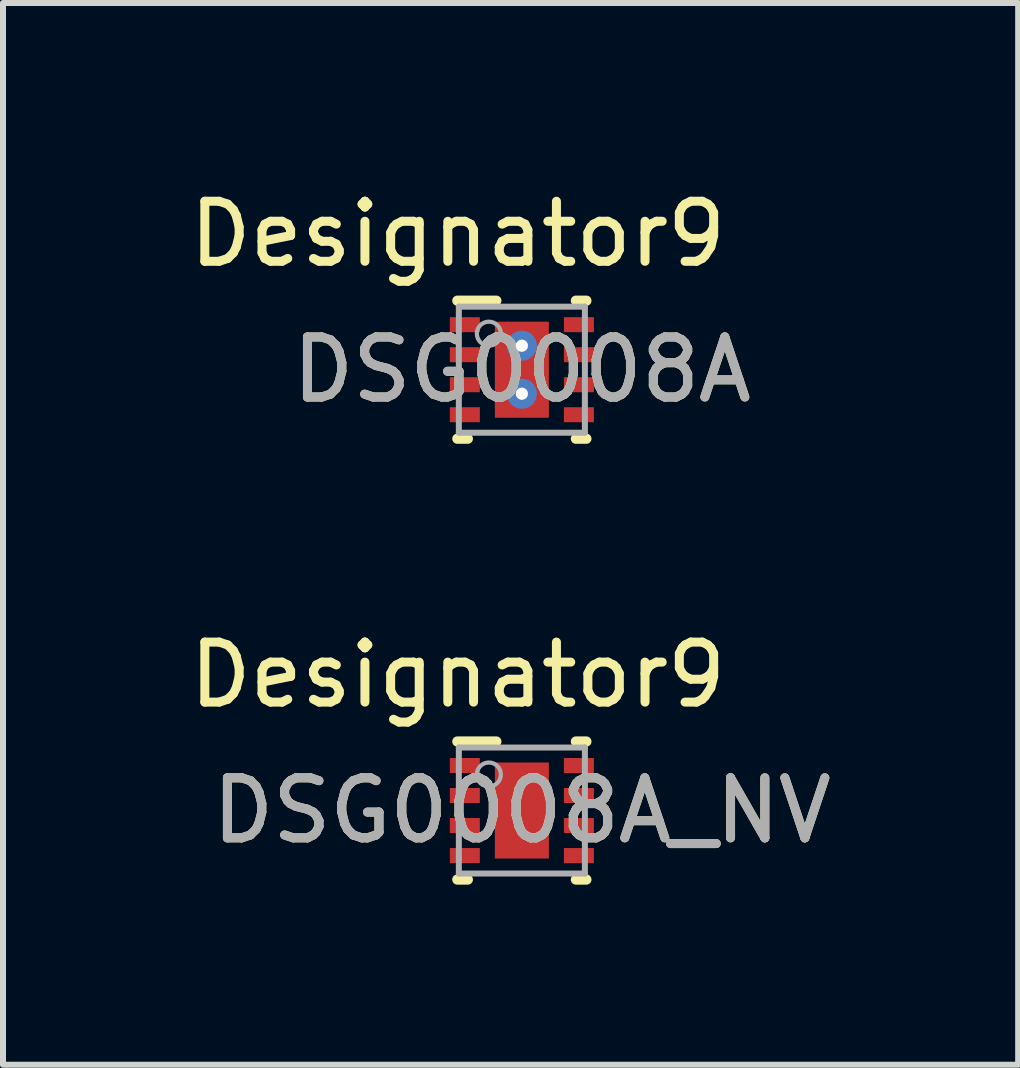
<source format=kicad_pcb>
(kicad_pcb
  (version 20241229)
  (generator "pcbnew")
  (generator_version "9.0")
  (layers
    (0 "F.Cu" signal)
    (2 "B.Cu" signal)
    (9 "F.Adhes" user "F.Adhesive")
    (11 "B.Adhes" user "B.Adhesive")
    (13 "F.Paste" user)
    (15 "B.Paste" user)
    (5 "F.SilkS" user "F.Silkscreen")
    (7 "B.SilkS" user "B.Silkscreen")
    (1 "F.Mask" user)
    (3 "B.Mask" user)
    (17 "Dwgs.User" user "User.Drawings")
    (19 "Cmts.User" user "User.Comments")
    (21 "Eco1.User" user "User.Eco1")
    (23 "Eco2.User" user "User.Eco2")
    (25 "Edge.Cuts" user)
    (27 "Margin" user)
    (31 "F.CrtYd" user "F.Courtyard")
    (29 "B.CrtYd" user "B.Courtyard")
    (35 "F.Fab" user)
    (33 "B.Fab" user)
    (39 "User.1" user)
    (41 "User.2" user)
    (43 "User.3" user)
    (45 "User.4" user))
  (footprint "DSG0008A"
    (layer "F.Cu")
    (at 5.644 3.109)
    (property "Reference" "DSG0008A" (at 0 0 0) (unlocked yes) (layer "F.SilkS") (effects (font (size 1 1) (thickness 0.15))))
    (attr smd)
    (fp_line (start -1.075 -1.15) (end -0.425 -1.15) (stroke (width 0.17) (type solid)) (layer "F.SilkS"))
    (fp_line (start -1.075 1.15) (end -0.9 1.15) (stroke (width 0.17) (type solid)) (layer "F.SilkS"))
    (fp_line (start 0.9 -1.15) (end 1.075 -1.15) (stroke (width 0.17) (type solid)) (layer "F.SilkS"))
    (fp_line (start 0.9 1.15) (end 1.075 1.15) (stroke (width 0.17) (type solid)) (layer "F.SilkS"))
    (fp_poly (pts (xy -0.427 0.733) (xy 0.427 0.733) (xy 0.427 -0.733) (xy -0.427 -0.733)) (stroke (width 0) (type solid)) (fill yes) (layer "F.Paste"))
    (fp_line (start -1.05 -1.05) (end 1.05 -1.05) (stroke (width 0.1) (type solid)) (layer "F.Fab"))
    (fp_line (start -1.05 1.05) (end -1.05 -1.05) (stroke (width 0.1) (type solid)) (layer "F.Fab"))
    (fp_line (start -1.05 1.05) (end 1.05 1.05) (stroke (width 0.1) (type solid)) (layer "F.Fab"))
    (fp_line (start 1.05 1.05) (end 1.05 -1.05) (stroke (width 0.1) (type solid)) (layer "F.Fab"))
    (fp_circle (center -0.55 -0.6) (end -0.35 -0.6) (stroke (width 0.07) (type solid)) (fill no) (layer "F.Fab"))
    (fp_text user "Designator9" (at -1.067 -2.261 0) (unlocked yes) (layer "F.SilkS") (effects (font (size 1 1) (thickness 0.15))))
    (fp_text user "${REFERENCE}" (at 0 0 0) (unlocked yes) (layer "F.Fab") (effects (font (size 1 1) (thickness 0.15))))
    (pad "1" smd rect (at -0.95 -0.75 90) (size 0.25 0.5) (layers "F.Cu" "F.Mask" "F.Paste"))
    (pad "2" smd rect (at -0.95 -0.25 90) (size 0.25 0.5) (layers "F.Cu" "F.Mask" "F.Paste"))
    (pad "3" smd rect (at -0.95 0.25 90) (size 0.25 0.5) (layers "F.Cu" "F.Mask" "F.Paste"))
    (pad "4" smd rect (at -0.95 0.75 90) (size 0.25 0.5) (layers "F.Cu" "F.Mask" "F.Paste"))
    (pad "5" smd rect (at 0.95 0.75 90) (size 0.25 0.5) (layers "F.Cu" "F.Mask" "F.Paste"))
    (pad "6" smd rect (at 0.95 0.25 90) (size 0.25 0.5) (layers "F.Cu" "F.Mask" "F.Paste"))
    (pad "7" smd rect (at 0.95 -0.25 90) (size 0.25 0.5) (layers "F.Cu" "F.Mask" "F.Paste"))
    (pad "8" smd rect (at 0.95 -0.75 90) (size 0.25 0.5) (layers "F.Cu" "F.Mask" "F.Paste"))
    (pad "9" smd rect (at 0 -0.000003) (size 0.9 1.6) (layers "F.Cu" "F.Mask" "F.Paste"))
    (pad "V" thru_hole circle (at 0 -0.4) (size 0.5 0.5) (drill 0.203) (layers "*.Cu" "*.Mask"))
    (pad "V" thru_hole circle (at 0 0.4) (size 0.5 0.5) (drill 0.203) (layers "*.Cu" "*.Mask")))
  (footprint "DSG0008A_NV"
    (layer "F.Cu")
    (at 5.644 10.453)
    (property "Reference" "DSG0008A_NV" (at 0 0 0) (unlocked yes) (layer "F.SilkS") (effects (font (size 1 1) (thickness 0.15))))
    (attr smd)
    (fp_line (start -1.075 -1.15) (end -0.425 -1.15) (stroke (width 0.17) (type solid)) (layer "F.SilkS"))
    (fp_line (start -1.075 1.15) (end -0.9 1.15) (stroke (width 0.17) (type solid)) (layer "F.SilkS"))
    (fp_line (start 0.9 -1.15) (end 1.075 -1.15) (stroke (width 0.17) (type solid)) (layer "F.SilkS"))
    (fp_line (start 0.9 1.15) (end 1.075 1.15) (stroke (width 0.17) (type solid)) (layer "F.SilkS"))
    (fp_poly (pts (xy -0.45 -0.149) (xy -0.45 -0.751) (xy -0.449 -0.761) (xy -0.446 -0.77) (xy -0.442 -0.778) (xy -0.436 -0.786) (xy -0.428 -0.792) (xy -0.42 -0.796) (xy -0.411 -0.799) (xy -0.401 -0.8) (xy 0.401 -0.8) (xy 0.411 -0.799) (xy 0.42 -0.796) (xy 0.428 -0.792) (xy 0.436 -0.786) (xy 0.442 -0.778) (xy 0.446 -0.77) (xy 0.449 -0.761) (xy 0.45 -0.751) (xy 0.45 -0.149) (xy 0.449 -0.139) (xy 0.446 -0.13) (xy 0.442 -0.122) (xy 0.436 -0.114) (xy 0.428 -0.108) (xy 0.42 -0.104) (xy 0.411 -0.101) (xy 0.401 -0.1) (xy -0.401 -0.1) (xy -0.411 -0.101) (xy -0.42 -0.104) (xy -0.428 -0.108) (xy -0.436 -0.114) (xy -0.442 -0.122) (xy -0.446 -0.13) (xy -0.449 -0.139)) (stroke (width 0) (type solid)) (fill yes) (layer "F.Paste"))
    (fp_poly (pts (xy -0.45 0.751) (xy -0.45 0.149) (xy -0.449 0.139) (xy -0.446 0.13) (xy -0.442 0.122) (xy -0.436 0.114) (xy -0.428 0.108) (xy -0.42 0.104) (xy -0.411 0.101) (xy -0.401 0.1) (xy 0.401 0.1) (xy 0.411 0.101) (xy 0.42 0.104) (xy 0.428 0.108) (xy 0.436 0.114) (xy 0.442 0.122) (xy 0.446 0.13) (xy 0.449 0.139) (xy 0.45 0.149) (xy 0.45 0.751) (xy 0.449 0.761) (xy 0.446 0.77) (xy 0.442 0.778) (xy 0.436 0.786) (xy 0.428 0.792) (xy 0.42 0.796) (xy 0.411 0.799) (xy 0.401 0.8) (xy -0.401 0.8) (xy -0.411 0.799) (xy -0.42 0.796) (xy -0.428 0.792) (xy -0.436 0.786) (xy -0.442 0.778) (xy -0.446 0.77) (xy -0.449 0.761)) (stroke (width 0) (type solid)) (fill yes) (layer "F.Paste"))
    (fp_line (start -1.05 -1.05) (end 1.05 -1.05) (stroke (width 0.1) (type solid)) (layer "F.Fab"))
    (fp_line (start -1.05 1.05) (end -1.05 -1.05) (stroke (width 0.1) (type solid)) (layer "F.Fab"))
    (fp_line (start -1.05 1.05) (end 1.05 1.05) (stroke (width 0.1) (type solid)) (layer "F.Fab"))
    (fp_line (start 1.05 1.05) (end 1.05 -1.05) (stroke (width 0.1) (type solid)) (layer "F.Fab"))
    (fp_circle (center -0.55 -0.6) (end -0.35 -0.6) (stroke (width 0.07) (type solid)) (fill no) (layer "F.Fab"))
    (fp_text user "Designator9" (at -1.067 -2.261 0) (unlocked yes) (layer "F.SilkS") (effects (font (size 1 1) (thickness 0.15))))
    (fp_text user "${REFERENCE}" (at 0 0 0) (unlocked yes) (layer "F.Fab") (effects (font (size 1 1) (thickness 0.15))))
    (pad "1" smd rect (at -0.95 -0.75 90) (size 0.25 0.5) (layers "F.Cu" "F.Mask" "F.Paste"))
    (pad "2" smd rect (at -0.95 -0.25 90) (size 0.25 0.5) (layers "F.Cu" "F.Mask" "F.Paste"))
    (pad "3" smd rect (at -0.95 0.25 90) (size 0.25 0.5) (layers "F.Cu" "F.Mask" "F.Paste"))
    (pad "4" smd rect (at -0.95 0.75 90) (size 0.25 0.5) (layers "F.Cu" "F.Mask" "F.Paste"))
    (pad "5" smd rect (at 0.95 0.75 90) (size 0.25 0.5) (layers "F.Cu" "F.Mask" "F.Paste"))
    (pad "6" smd rect (at 0.95 0.25 90) (size 0.25 0.5) (layers "F.Cu" "F.Mask" "F.Paste"))
    (pad "7" smd rect (at 0.95 -0.25 90) (size 0.25 0.5) (layers "F.Cu" "F.Mask" "F.Paste"))
    (pad "8" smd rect (at 0.95 -0.75 90) (size 0.25 0.5) (layers "F.Cu" "F.Mask" "F.Paste"))
    (pad "9" smd rect (at 0 -0.000003) (size 0.9 1.6) (layers "F.Cu" "F.Mask" "F.Paste")))
  (gr_rect
    (start -3 -3)
    (end 13.912 14.688)
    (stroke (width 0.1) (type default))
    (fill no)
    (layer "Edge.Cuts")))
</source>
